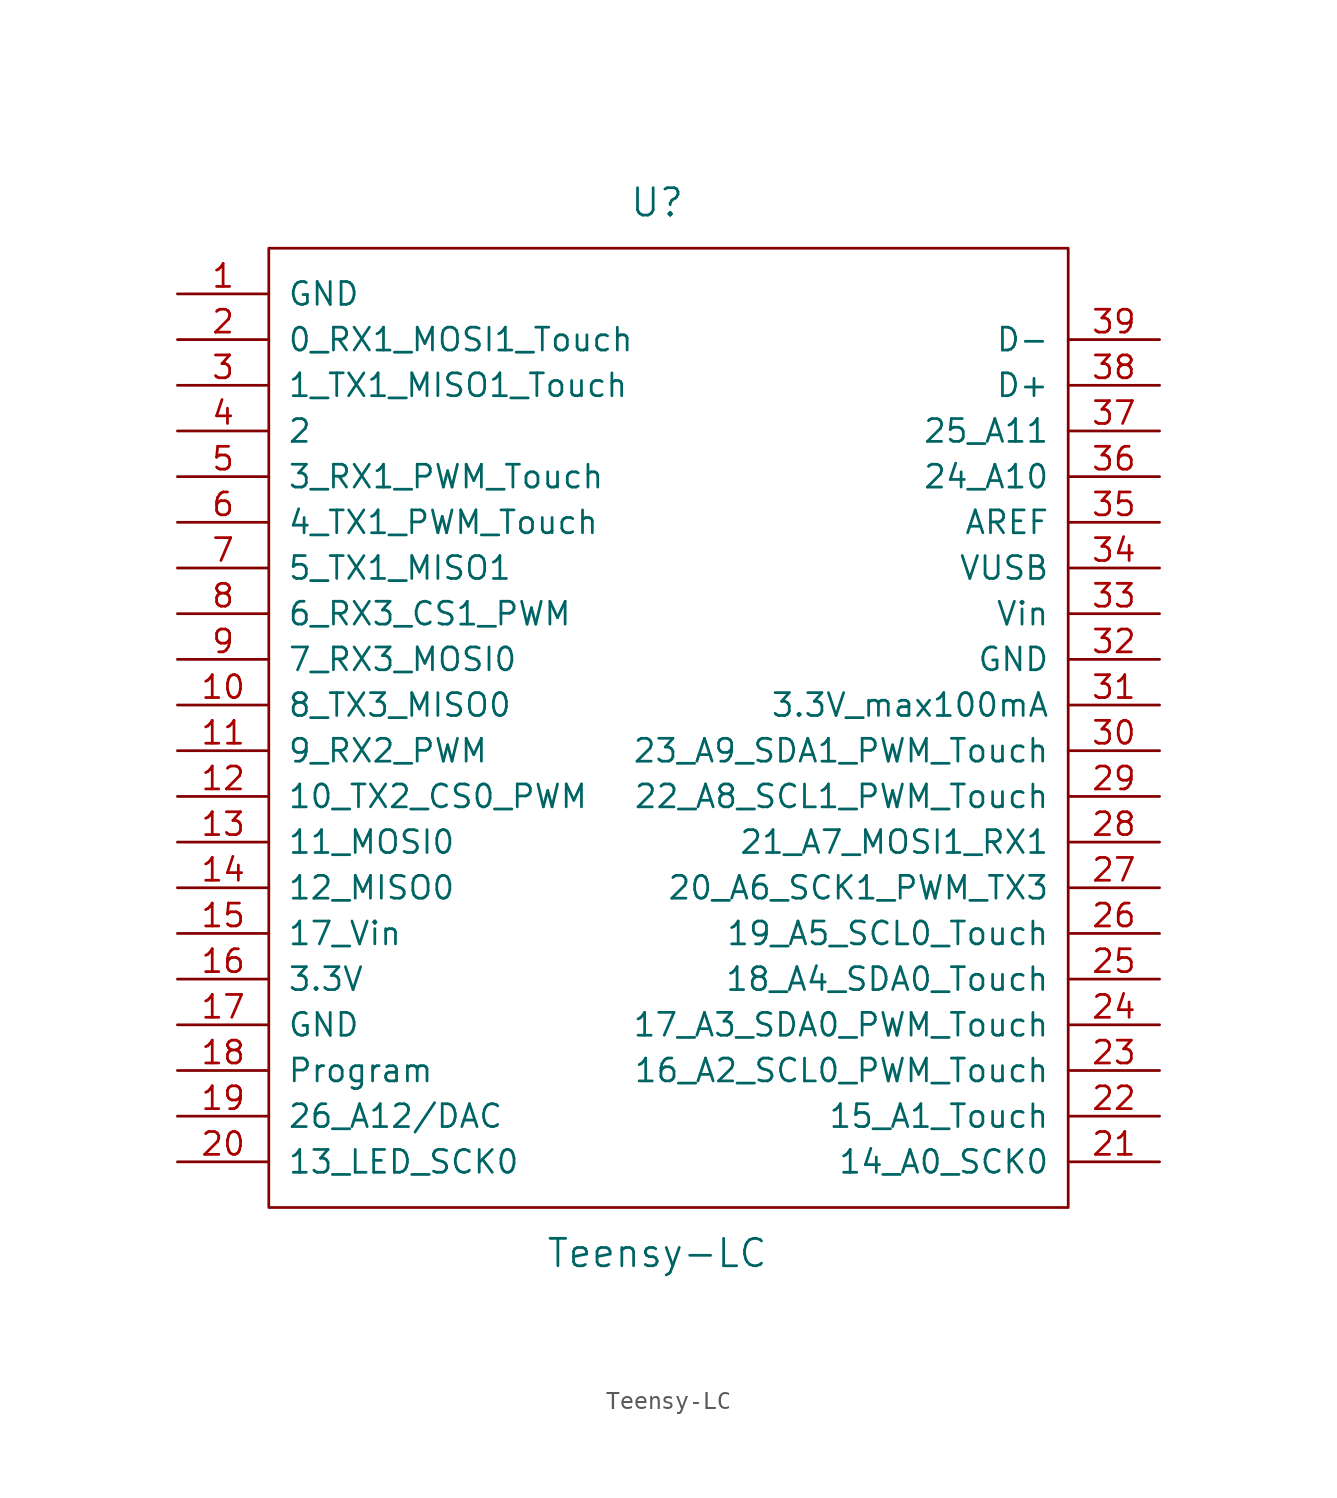
<source format=kicad_sym>
(kicad_symbol_lib
  (version 20211014)
  (generator kicad_symbol_editor)
  (symbol "Teensy-LC"
    (pin_names
      (offset 1.016))
    (property "Reference" "U"
      (at 0 29.21 0)
      (effects (font (size 1.524 1.524))))
    (property "Value" "Teensy-LC"
      (at 0 -29.21 0)
      (effects (font (size 1.524 1.524))))
    (property "Footprint" ""
      (at 0 -13.97 0)
      (effects (font (size 1.524 1.524))))
    (property "Datasheet" ""
      (at 0 -13.97 0)
      (effects (font (size 1.524 1.524))))
    (symbol "Teensy-LC_0_1"
      (rectangle (start -21.59 26.67) (end 22.86 -26.67) (stroke (width 0) (type default) (color 0 0 0 0)) (fill (type none))))
    (symbol "Teensy-LC_1_1"
      (pin power_in line (at -26.67 24.13 0) (length 5.08) (name "GND" (effects (font (size 1.27 1.27)))) (number "1" (effects (font (size 1.27 1.27)))))
      (pin bidirectional line (at -26.67 1.27 0) (length 5.08) (name "8_TX3_MISO0" (effects (font (size 1.27 1.27)))) (number "10" (effects (font (size 1.27 1.27)))))
      (pin bidirectional line (at -26.67 -1.27 0) (length 5.08) (name "9_RX2_PWM" (effects (font (size 1.27 1.27)))) (number "11" (effects (font (size 1.27 1.27)))))
      (pin bidirectional line (at -26.67 -3.81 0) (length 5.08) (name "10_TX2_CS0_PWM" (effects (font (size 1.27 1.27)))) (number "12" (effects (font (size 1.27 1.27)))))
      (pin bidirectional line (at -26.67 -6.35 0) (length 5.08) (name "11_MOSI0" (effects (font (size 1.27 1.27)))) (number "13" (effects (font (size 1.27 1.27)))))
      (pin bidirectional line (at -26.67 -8.89 0) (length 5.08) (name "12_MISO0" (effects (font (size 1.27 1.27)))) (number "14" (effects (font (size 1.27 1.27)))))
      (pin power_in line (at -26.67 -11.43 0) (length 5.08) (name "17_Vin" (effects (font (size 1.27 1.27)))) (number "15" (effects (font (size 1.27 1.27)))))
      (pin power_in line (at -26.67 -13.97 0) (length 5.08) (name "3.3V" (effects (font (size 1.27 1.27)))) (number "16" (effects (font (size 1.27 1.27)))))
      (pin power_in line (at -26.67 -16.51 0) (length 5.08) (name "GND" (effects (font (size 1.27 1.27)))) (number "17" (effects (font (size 1.27 1.27)))))
      (pin input line (at -26.67 -19.05 0) (length 5.08) (name "Program" (effects (font (size 1.27 1.27)))) (number "18" (effects (font (size 1.27 1.27)))))
      (pin bidirectional line (at -26.67 -21.59 0) (length 5.08) (name "26_A12/DAC" (effects (font (size 1.27 1.27)))) (number "19" (effects (font (size 1.27 1.27)))))
      (pin bidirectional line (at -26.67 21.59 0) (length 5.08) (name "0_RX1_MOSI1_Touch" (effects (font (size 1.27 1.27)))) (number "2" (effects (font (size 1.27 1.27)))))
      (pin bidirectional line (at -26.67 -24.13 0) (length 5.08) (name "13_LED_SCK0" (effects (font (size 1.27 1.27)))) (number "20" (effects (font (size 1.27 1.27)))))
      (pin bidirectional line (at 27.94 -24.13 180) (length 5.08) (name "14_A0_SCK0" (effects (font (size 1.27 1.27)))) (number "21" (effects (font (size 1.27 1.27)))))
      (pin bidirectional line (at 27.94 -21.59 180) (length 5.08) (name "15_A1_Touch" (effects (font (size 1.27 1.27)))) (number "22" (effects (font (size 1.27 1.27)))))
      (pin bidirectional line (at 27.94 -19.05 180) (length 5.08) (name "16_A2_SCL0_PWM_Touch" (effects (font (size 1.27 1.27)))) (number "23" (effects (font (size 1.27 1.27)))))
      (pin bidirectional line (at 27.94 -16.51 180) (length 5.08) (name "17_A3_SDA0_PWM_Touch" (effects (font (size 1.27 1.27)))) (number "24" (effects (font (size 1.27 1.27)))))
      (pin bidirectional line (at 27.94 -13.97 180) (length 5.08) (name "18_A4_SDA0_Touch" (effects (font (size 1.27 1.27)))) (number "25" (effects (font (size 1.27 1.27)))))
      (pin bidirectional line (at 27.94 -11.43 180) (length 5.08) (name "19_A5_SCL0_Touch" (effects (font (size 1.27 1.27)))) (number "26" (effects (font (size 1.27 1.27)))))
      (pin bidirectional line (at 27.94 -8.89 180) (length 5.08) (name "20_A6_SCK1_PWM_TX3" (effects (font (size 1.27 1.27)))) (number "27" (effects (font (size 1.27 1.27)))))
      (pin bidirectional line (at 27.94 -6.35 180) (length 5.08) (name "21_A7_MOSI1_RX1" (effects (font (size 1.27 1.27)))) (number "28" (effects (font (size 1.27 1.27)))))
      (pin bidirectional line (at 27.94 -3.81 180) (length 5.08) (name "22_A8_SCL1_PWM_Touch" (effects (font (size 1.27 1.27)))) (number "29" (effects (font (size 1.27 1.27)))))
      (pin bidirectional line (at -26.67 19.05 0) (length 5.08) (name "1_TX1_MISO1_Touch" (effects (font (size 1.27 1.27)))) (number "3" (effects (font (size 1.27 1.27)))))
      (pin bidirectional line (at 27.94 -1.27 180) (length 5.08) (name "23_A9_SDA1_PWM_Touch" (effects (font (size 1.27 1.27)))) (number "30" (effects (font (size 1.27 1.27)))))
      (pin power_out line (at 27.94 1.27 180) (length 5.08) (name "3.3V_max100mA" (effects (font (size 1.27 1.27)))) (number "31" (effects (font (size 1.27 1.27)))))
      (pin power_in line (at 27.94 3.81 180) (length 5.08) (name "GND" (effects (font (size 1.27 1.27)))) (number "32" (effects (font (size 1.27 1.27)))))
      (pin power_in line (at 27.94 6.35 180) (length 5.08) (name "Vin" (effects (font (size 1.27 1.27)))) (number "33" (effects (font (size 1.27 1.27)))))
      (pin power_in line (at 27.94 8.89 180) (length 5.08) (name "VUSB" (effects (font (size 1.27 1.27)))) (number "34" (effects (font (size 1.27 1.27)))))
      (pin input line (at 27.94 11.43 180) (length 5.08) (name "AREF" (effects (font (size 1.27 1.27)))) (number "35" (effects (font (size 1.27 1.27)))))
      (pin bidirectional line (at 27.94 13.97 180) (length 5.08) (name "24_A10" (effects (font (size 1.27 1.27)))) (number "36" (effects (font (size 1.27 1.27)))))
      (pin bidirectional line (at 27.94 16.51 180) (length 5.08) (name "25_A11" (effects (font (size 1.27 1.27)))) (number "37" (effects (font (size 1.27 1.27)))))
      (pin bidirectional line (at 27.94 19.05 180) (length 5.08) (name "D+" (effects (font (size 1.27 1.27)))) (number "38" (effects (font (size 1.27 1.27)))))
      (pin bidirectional line (at 27.94 21.59 180) (length 5.08) (name "D-" (effects (font (size 1.27 1.27)))) (number "39" (effects (font (size 1.27 1.27)))))
      (pin bidirectional line (at -26.67 16.51 0) (length 5.08) (name "2" (effects (font (size 1.27 1.27)))) (number "4" (effects (font (size 1.27 1.27)))))
      (pin bidirectional line (at -26.67 13.97 0) (length 5.08) (name "3_RX1_PWM_Touch" (effects (font (size 1.27 1.27)))) (number "5" (effects (font (size 1.27 1.27)))))
      (pin bidirectional line (at -26.67 11.43 0) (length 5.08) (name "4_TX1_PWM_Touch" (effects (font (size 1.27 1.27)))) (number "6" (effects (font (size 1.27 1.27)))))
      (pin bidirectional line (at -26.67 8.89 0) (length 5.08) (name "5_TX1_MISO1" (effects (font (size 1.27 1.27)))) (number "7" (effects (font (size 1.27 1.27)))))
      (pin bidirectional line (at -26.67 6.35 0) (length 5.08) (name "6_RX3_CS1_PWM" (effects (font (size 1.27 1.27)))) (number "8" (effects (font (size 1.27 1.27)))))
      (pin bidirectional line (at -26.67 3.81 0) (length 5.08) (name "7_RX3_MOSI0" (effects (font (size 1.27 1.27)))) (number "9" (effects (font (size 1.27 1.27))))))))
</source>
